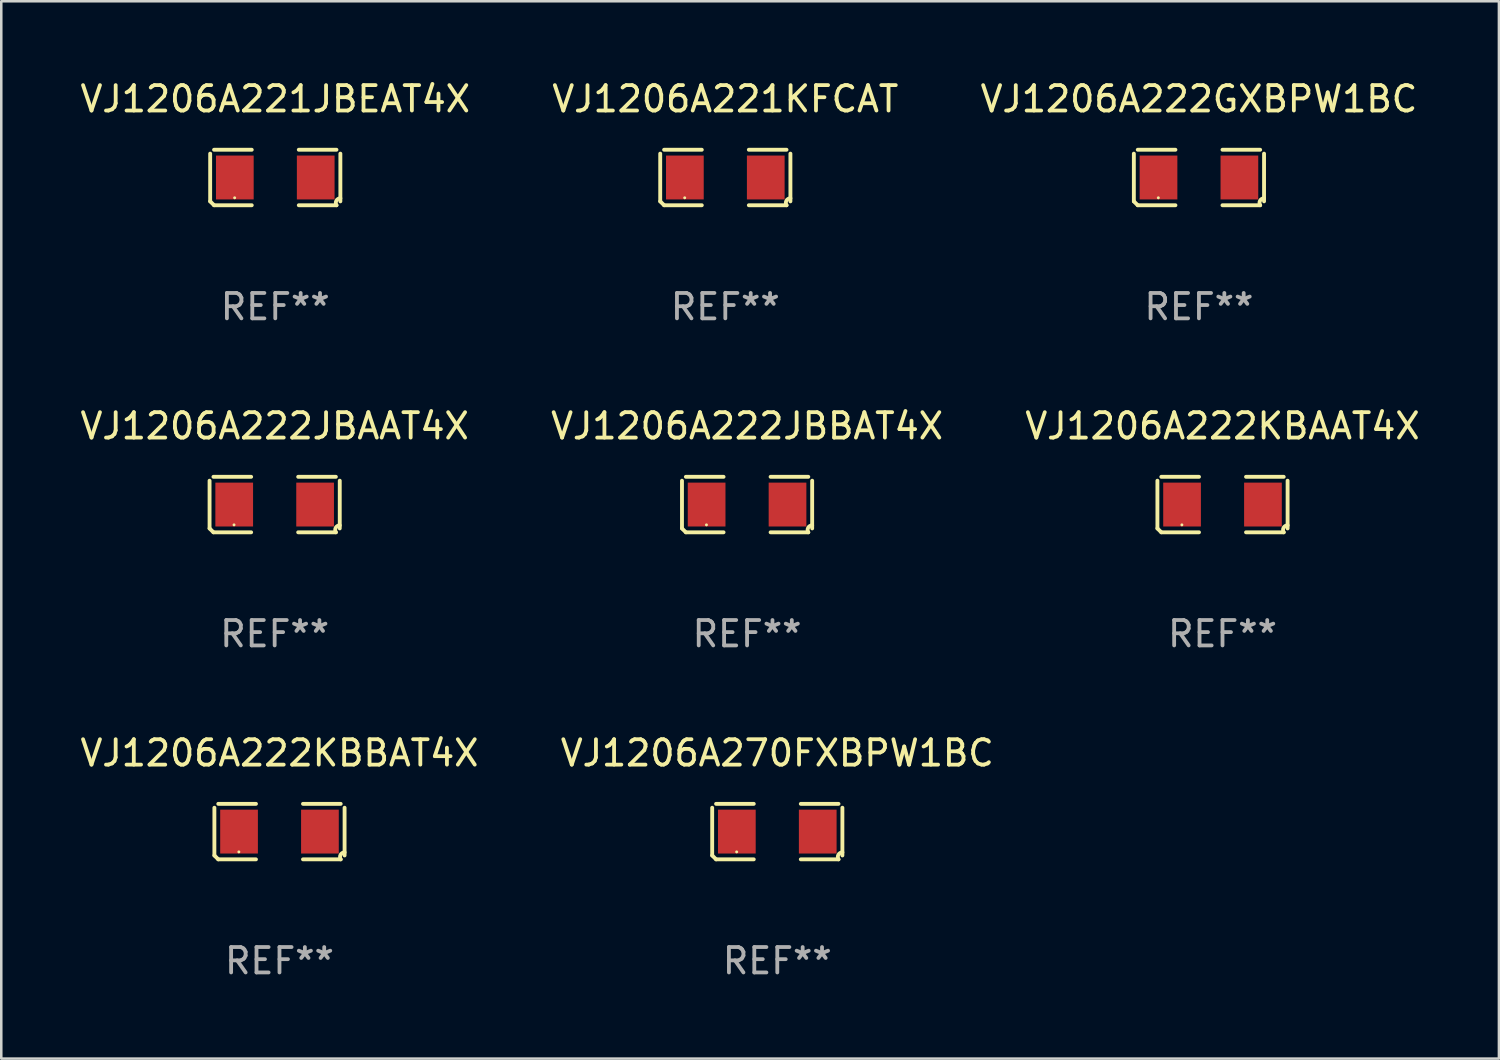
<source format=kicad_pcb>
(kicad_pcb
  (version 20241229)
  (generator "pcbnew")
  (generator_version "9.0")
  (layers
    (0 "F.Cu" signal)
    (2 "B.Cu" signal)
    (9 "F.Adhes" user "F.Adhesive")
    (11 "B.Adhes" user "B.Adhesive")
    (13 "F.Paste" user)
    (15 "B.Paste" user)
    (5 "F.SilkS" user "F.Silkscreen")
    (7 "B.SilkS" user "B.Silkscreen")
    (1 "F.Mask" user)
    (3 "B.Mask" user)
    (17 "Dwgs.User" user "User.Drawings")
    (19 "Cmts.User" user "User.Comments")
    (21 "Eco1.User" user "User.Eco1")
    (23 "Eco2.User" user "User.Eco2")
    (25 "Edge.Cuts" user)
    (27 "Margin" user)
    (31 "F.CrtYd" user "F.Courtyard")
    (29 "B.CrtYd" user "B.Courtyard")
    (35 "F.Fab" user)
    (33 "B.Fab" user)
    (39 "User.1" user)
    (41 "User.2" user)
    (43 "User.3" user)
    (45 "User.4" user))
  (footprint "VJ1206A222KBBAT4X"
    (layer "F.Cu")
    (at 7.958 29.704)
    (property "Reference" "VJ1206A222KBBAT4X" (at 0 -3.093 0) (layer "F.SilkS") (effects (font (size 1 1) (thickness 0.15))))
    (attr through_hole)
    (fp_line (start -2.564 0.94) (end -2.564 -0.94) (stroke (width 0.152) (type solid)) (layer "F.SilkS"))
    (fp_line (start -2.411 -1.093) (end -0.926 -1.093) (stroke (width 0.152) (type solid)) (layer "F.SilkS"))
    (fp_line (start -0.926 1.093) (end -2.411 1.093) (stroke (width 0.152) (type solid)) (layer "F.SilkS"))
    (fp_line (start 0.926 1.093) (end 2.411 1.093) (stroke (width 0.152) (type solid)) (layer "F.SilkS"))
    (fp_line (start 2.411 -1.093) (end 0.926 -1.093) (stroke (width 0.152) (type solid)) (layer "F.SilkS"))
    (fp_line (start 2.564 0.94) (end 2.564 -0.94) (stroke (width 0.152) (type solid)) (layer "F.SilkS"))
    (fp_arc (start -2.411201 1.092609) (mid -2.487413 1.01642) (end -2.563602 0.940208) (stroke (width 0.1524) (type solid)) (layer "F.SilkS"))
    (fp_arc (start 2.411201 1.092609) (mid 2.407159 0.911226) (end 2.563602 0.819347) (stroke (width 0.1524) (type solid)) (layer "F.SilkS"))
    (fp_circle (center -1.6 0.8) (end -1.57 0.8) (stroke (width 0.06) (type solid)) (fill no) (layer "F.SilkS"))
    (fp_text user "REF**" (at 0 5.093 0) (layer "F.Fab") (effects (font (size 1 1) (thickness 0.15))))
    (pad "1" smd rect (at -1.593 0) (size 1.485 1.728) (layers "F.Cu" "F.Mask" "F.Paste"))
    (pad "2" smd rect (at 1.593 0) (size 1.485 1.728) (layers "F.Cu" "F.Mask" "F.Paste")))
  (footprint "VJ1206A222JBAAT4X"
    (layer "F.Cu")
    (at 7.768 16.823)
    (property "Reference" "VJ1206A222JBAAT4X" (at 0 -3.093 0) (layer "F.SilkS") (effects (font (size 1 1) (thickness 0.15))))
    (attr through_hole)
    (fp_line (start -2.564 0.94) (end -2.564 -0.94) (stroke (width 0.152) (type solid)) (layer "F.SilkS"))
    (fp_line (start -2.411 -1.093) (end -0.926 -1.093) (stroke (width 0.152) (type solid)) (layer "F.SilkS"))
    (fp_line (start -0.926 1.093) (end -2.411 1.093) (stroke (width 0.152) (type solid)) (layer "F.SilkS"))
    (fp_line (start 0.926 1.093) (end 2.411 1.093) (stroke (width 0.152) (type solid)) (layer "F.SilkS"))
    (fp_line (start 2.411 -1.093) (end 0.926 -1.093) (stroke (width 0.152) (type solid)) (layer "F.SilkS"))
    (fp_line (start 2.564 0.94) (end 2.564 -0.94) (stroke (width 0.152) (type solid)) (layer "F.SilkS"))
    (fp_arc (start -2.411201 1.092609) (mid -2.487413 1.01642) (end -2.563602 0.940208) (stroke (width 0.1524) (type solid)) (layer "F.SilkS"))
    (fp_arc (start 2.411201 1.092609) (mid 2.407159 0.911226) (end 2.563602 0.819347) (stroke (width 0.1524) (type solid)) (layer "F.SilkS"))
    (fp_circle (center -1.6 0.8) (end -1.57 0.8) (stroke (width 0.06) (type solid)) (fill no) (layer "F.SilkS"))
    (fp_text user "REF**" (at 0 5.093 0) (layer "F.Fab") (effects (font (size 1 1) (thickness 0.15))))
    (pad "1" smd rect (at -1.593 0) (size 1.485 1.728) (layers "F.Cu" "F.Mask" "F.Paste"))
    (pad "2" smd rect (at 1.593 0) (size 1.485 1.728) (layers "F.Cu" "F.Mask" "F.Paste")))
  (footprint "VJ1206A222JBBAT4X"
    (layer "F.Cu")
    (at 26.375 16.823)
    (property "Reference" "VJ1206A222JBBAT4X" (at 0 -3.093 0) (layer "F.SilkS") (effects (font (size 1 1) (thickness 0.15))))
    (attr through_hole)
    (fp_line (start -2.564 0.94) (end -2.564 -0.94) (stroke (width 0.152) (type solid)) (layer "F.SilkS"))
    (fp_line (start -2.411 -1.093) (end -0.926 -1.093) (stroke (width 0.152) (type solid)) (layer "F.SilkS"))
    (fp_line (start -0.926 1.093) (end -2.411 1.093) (stroke (width 0.152) (type solid)) (layer "F.SilkS"))
    (fp_line (start 0.926 1.093) (end 2.411 1.093) (stroke (width 0.152) (type solid)) (layer "F.SilkS"))
    (fp_line (start 2.411 -1.093) (end 0.926 -1.093) (stroke (width 0.152) (type solid)) (layer "F.SilkS"))
    (fp_line (start 2.564 0.94) (end 2.564 -0.94) (stroke (width 0.152) (type solid)) (layer "F.SilkS"))
    (fp_arc (start -2.411201 1.092609) (mid -2.487413 1.01642) (end -2.563602 0.940208) (stroke (width 0.1524) (type solid)) (layer "F.SilkS"))
    (fp_arc (start 2.411201 1.092609) (mid 2.407159 0.911226) (end 2.563602 0.819347) (stroke (width 0.1524) (type solid)) (layer "F.SilkS"))
    (fp_circle (center -1.6 0.8) (end -1.57 0.8) (stroke (width 0.06) (type solid)) (fill no) (layer "F.SilkS"))
    (fp_text user "REF**" (at 0 5.093 0) (layer "F.Fab") (effects (font (size 1 1) (thickness 0.15))))
    (pad "1" smd rect (at -1.593 0) (size 1.485 1.728) (layers "F.Cu" "F.Mask" "F.Paste"))
    (pad "2" smd rect (at 1.593 0) (size 1.485 1.728) (layers "F.Cu" "F.Mask" "F.Paste")))
  (footprint "VJ1206A221JBEAT4X"
    (layer "F.Cu")
    (at 7.792 3.941)
    (property "Reference" "VJ1206A221JBEAT4X" (at 0 -3.093 0) (layer "F.SilkS") (effects (font (size 1 1) (thickness 0.15))))
    (attr through_hole)
    (fp_line (start -2.564 0.94) (end -2.564 -0.94) (stroke (width 0.152) (type solid)) (layer "F.SilkS"))
    (fp_line (start -2.411 -1.093) (end -0.926 -1.093) (stroke (width 0.152) (type solid)) (layer "F.SilkS"))
    (fp_line (start -0.926 1.093) (end -2.411 1.093) (stroke (width 0.152) (type solid)) (layer "F.SilkS"))
    (fp_line (start 0.926 1.093) (end 2.411 1.093) (stroke (width 0.152) (type solid)) (layer "F.SilkS"))
    (fp_line (start 2.411 -1.093) (end 0.926 -1.093) (stroke (width 0.152) (type solid)) (layer "F.SilkS"))
    (fp_line (start 2.564 0.94) (end 2.564 -0.94) (stroke (width 0.152) (type solid)) (layer "F.SilkS"))
    (fp_arc (start -2.411201 1.092609) (mid -2.487413 1.01642) (end -2.563602 0.940208) (stroke (width 0.1524) (type solid)) (layer "F.SilkS"))
    (fp_arc (start 2.411201 1.092609) (mid 2.407159 0.911226) (end 2.563602 0.819347) (stroke (width 0.1524) (type solid)) (layer "F.SilkS"))
    (fp_circle (center -1.6 0.8) (end -1.57 0.8) (stroke (width 0.06) (type solid)) (fill no) (layer "F.SilkS"))
    (fp_text user "REF**" (at 0 5.093 0) (layer "F.Fab") (effects (font (size 1 1) (thickness 0.15))))
    (pad "1" smd rect (at -1.593 0) (size 1.485 1.728) (layers "F.Cu" "F.Mask" "F.Paste"))
    (pad "2" smd rect (at 1.593 0) (size 1.485 1.728) (layers "F.Cu" "F.Mask" "F.Paste")))
  (footprint "VJ1206A270FXBPW1BC"
    (layer "F.Cu")
    (at 27.565 29.704)
    (property "Reference" "VJ1206A270FXBPW1BC" (at 0 -3.093 0) (layer "F.SilkS") (effects (font (size 1 1) (thickness 0.15))))
    (attr through_hole)
    (fp_line (start -2.564 0.94) (end -2.564 -0.94) (stroke (width 0.152) (type solid)) (layer "F.SilkS"))
    (fp_line (start -2.411 -1.093) (end -0.926 -1.093) (stroke (width 0.152) (type solid)) (layer "F.SilkS"))
    (fp_line (start -0.926 1.093) (end -2.411 1.093) (stroke (width 0.152) (type solid)) (layer "F.SilkS"))
    (fp_line (start 0.926 1.093) (end 2.411 1.093) (stroke (width 0.152) (type solid)) (layer "F.SilkS"))
    (fp_line (start 2.411 -1.093) (end 0.926 -1.093) (stroke (width 0.152) (type solid)) (layer "F.SilkS"))
    (fp_line (start 2.564 0.94) (end 2.564 -0.94) (stroke (width 0.152) (type solid)) (layer "F.SilkS"))
    (fp_arc (start -2.411201 1.092609) (mid -2.487413 1.01642) (end -2.563602 0.940208) (stroke (width 0.1524) (type solid)) (layer "F.SilkS"))
    (fp_arc (start 2.411201 1.092609) (mid 2.407159 0.911226) (end 2.563602 0.819347) (stroke (width 0.1524) (type solid)) (layer "F.SilkS"))
    (fp_circle (center -1.6 0.8) (end -1.57 0.8) (stroke (width 0.06) (type solid)) (fill no) (layer "F.SilkS"))
    (fp_text user "REF**" (at 0 5.093 0) (layer "F.Fab") (effects (font (size 1 1) (thickness 0.15))))
    (pad "1" smd rect (at -1.593 0) (size 1.485 1.728) (layers "F.Cu" "F.Mask" "F.Paste"))
    (pad "2" smd rect (at 1.593 0) (size 1.485 1.728) (layers "F.Cu" "F.Mask" "F.Paste")))
  (footprint "VJ1206A222KBAAT4X"
    (layer "F.Cu")
    (at 45.101 16.823)
    (property "Reference" "VJ1206A222KBAAT4X" (at 0 -3.093 0) (layer "F.SilkS") (effects (font (size 1 1) (thickness 0.15))))
    (attr through_hole)
    (fp_line (start -2.564 0.94) (end -2.564 -0.94) (stroke (width 0.152) (type solid)) (layer "F.SilkS"))
    (fp_line (start -2.411 -1.093) (end -0.926 -1.093) (stroke (width 0.152) (type solid)) (layer "F.SilkS"))
    (fp_line (start -0.926 1.093) (end -2.411 1.093) (stroke (width 0.152) (type solid)) (layer "F.SilkS"))
    (fp_line (start 0.926 1.093) (end 2.411 1.093) (stroke (width 0.152) (type solid)) (layer "F.SilkS"))
    (fp_line (start 2.411 -1.093) (end 0.926 -1.093) (stroke (width 0.152) (type solid)) (layer "F.SilkS"))
    (fp_line (start 2.564 0.94) (end 2.564 -0.94) (stroke (width 0.152) (type solid)) (layer "F.SilkS"))
    (fp_arc (start -2.411201 1.092609) (mid -2.487413 1.01642) (end -2.563602 0.940208) (stroke (width 0.1524) (type solid)) (layer "F.SilkS"))
    (fp_arc (start 2.411201 1.092609) (mid 2.407159 0.911226) (end 2.563602 0.819347) (stroke (width 0.1524) (type solid)) (layer "F.SilkS"))
    (fp_circle (center -1.6 0.8) (end -1.57 0.8) (stroke (width 0.06) (type solid)) (fill no) (layer "F.SilkS"))
    (fp_text user "REF**" (at 0 5.093 0) (layer "F.Fab") (effects (font (size 1 1) (thickness 0.15))))
    (pad "1" smd rect (at -1.593 0) (size 1.485 1.728) (layers "F.Cu" "F.Mask" "F.Paste"))
    (pad "2" smd rect (at 1.593 0) (size 1.485 1.728) (layers "F.Cu" "F.Mask" "F.Paste")))
  (footprint "VJ1206A222GXBPW1BC"
    (layer "F.Cu")
    (at 44.173 3.941)
    (property "Reference" "VJ1206A222GXBPW1BC" (at 0 -3.093 0) (layer "F.SilkS") (effects (font (size 1 1) (thickness 0.15))))
    (attr through_hole)
    (fp_line (start -2.564 0.94) (end -2.564 -0.94) (stroke (width 0.152) (type solid)) (layer "F.SilkS"))
    (fp_line (start -2.411 -1.093) (end -0.926 -1.093) (stroke (width 0.152) (type solid)) (layer "F.SilkS"))
    (fp_line (start -0.926 1.093) (end -2.411 1.093) (stroke (width 0.152) (type solid)) (layer "F.SilkS"))
    (fp_line (start 0.926 1.093) (end 2.411 1.093) (stroke (width 0.152) (type solid)) (layer "F.SilkS"))
    (fp_line (start 2.411 -1.093) (end 0.926 -1.093) (stroke (width 0.152) (type solid)) (layer "F.SilkS"))
    (fp_line (start 2.564 0.94) (end 2.564 -0.94) (stroke (width 0.152) (type solid)) (layer "F.SilkS"))
    (fp_arc (start -2.411201 1.092609) (mid -2.487413 1.01642) (end -2.563602 0.940208) (stroke (width 0.1524) (type solid)) (layer "F.SilkS"))
    (fp_arc (start 2.411201 1.092609) (mid 2.407159 0.911226) (end 2.563602 0.819347) (stroke (width 0.1524) (type solid)) (layer "F.SilkS"))
    (fp_circle (center -1.6 0.8) (end -1.57 0.8) (stroke (width 0.06) (type solid)) (fill no) (layer "F.SilkS"))
    (fp_text user "REF**" (at 0 5.093 0) (layer "F.Fab") (effects (font (size 1 1) (thickness 0.15))))
    (pad "1" smd rect (at -1.593 0) (size 1.485 1.728) (layers "F.Cu" "F.Mask" "F.Paste"))
    (pad "2" smd rect (at 1.593 0) (size 1.485 1.728) (layers "F.Cu" "F.Mask" "F.Paste")))
  (footprint "VJ1206A221KFCAT"
    (layer "F.Cu")
    (at 25.518 3.941)
    (property "Reference" "VJ1206A221KFCAT" (at 0 -3.093 0) (layer "F.SilkS") (effects (font (size 1 1) (thickness 0.15))))
    (attr through_hole)
    (fp_line (start -2.564 0.94) (end -2.564 -0.94) (stroke (width 0.152) (type solid)) (layer "F.SilkS"))
    (fp_line (start -2.411 -1.093) (end -0.926 -1.093) (stroke (width 0.152) (type solid)) (layer "F.SilkS"))
    (fp_line (start -0.926 1.093) (end -2.411 1.093) (stroke (width 0.152) (type solid)) (layer "F.SilkS"))
    (fp_line (start 0.926 1.093) (end 2.411 1.093) (stroke (width 0.152) (type solid)) (layer "F.SilkS"))
    (fp_line (start 2.411 -1.093) (end 0.926 -1.093) (stroke (width 0.152) (type solid)) (layer "F.SilkS"))
    (fp_line (start 2.564 0.94) (end 2.564 -0.94) (stroke (width 0.152) (type solid)) (layer "F.SilkS"))
    (fp_arc (start -2.411201 1.092609) (mid -2.487413 1.01642) (end -2.563602 0.940208) (stroke (width 0.1524) (type solid)) (layer "F.SilkS"))
    (fp_arc (start 2.411201 1.092609) (mid 2.407159 0.911226) (end 2.563602 0.819347) (stroke (width 0.1524) (type solid)) (layer "F.SilkS"))
    (fp_circle (center -1.6 0.8) (end -1.57 0.8) (stroke (width 0.06) (type solid)) (fill no) (layer "F.SilkS"))
    (fp_text user "REF**" (at 0 5.093 0) (layer "F.Fab") (effects (font (size 1 1) (thickness 0.15))))
    (pad "1" smd rect (at -1.593 0) (size 1.485 1.728) (layers "F.Cu" "F.Mask" "F.Paste"))
    (pad "2" smd rect (at 1.593 0) (size 1.485 1.728) (layers "F.Cu" "F.Mask" "F.Paste")))
  (gr_rect
    (start -3 -3)
    (end 55.988 38.645)
    (stroke (width 0.1) (type default))
    (fill no)
    (layer "Edge.Cuts")))
</source>
